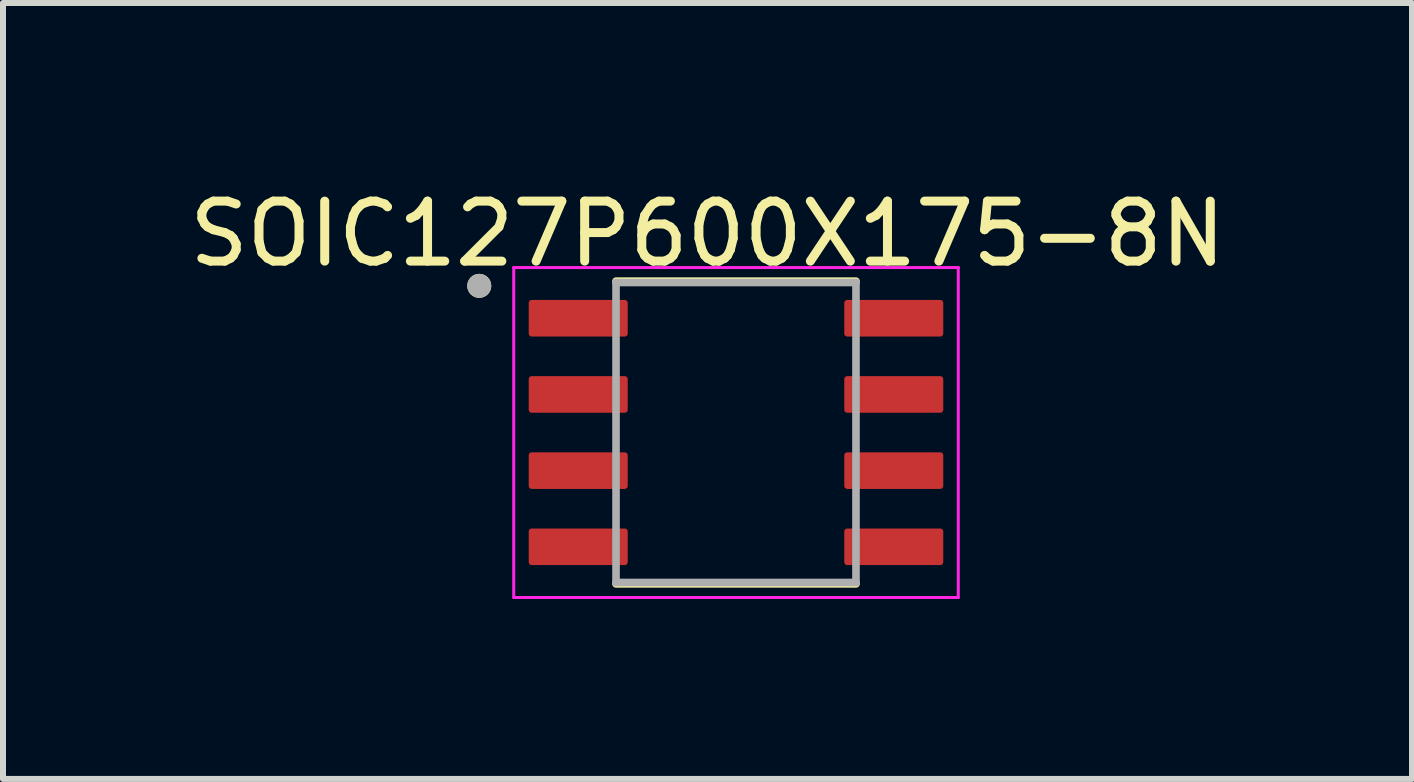
<source format=kicad_pcb>
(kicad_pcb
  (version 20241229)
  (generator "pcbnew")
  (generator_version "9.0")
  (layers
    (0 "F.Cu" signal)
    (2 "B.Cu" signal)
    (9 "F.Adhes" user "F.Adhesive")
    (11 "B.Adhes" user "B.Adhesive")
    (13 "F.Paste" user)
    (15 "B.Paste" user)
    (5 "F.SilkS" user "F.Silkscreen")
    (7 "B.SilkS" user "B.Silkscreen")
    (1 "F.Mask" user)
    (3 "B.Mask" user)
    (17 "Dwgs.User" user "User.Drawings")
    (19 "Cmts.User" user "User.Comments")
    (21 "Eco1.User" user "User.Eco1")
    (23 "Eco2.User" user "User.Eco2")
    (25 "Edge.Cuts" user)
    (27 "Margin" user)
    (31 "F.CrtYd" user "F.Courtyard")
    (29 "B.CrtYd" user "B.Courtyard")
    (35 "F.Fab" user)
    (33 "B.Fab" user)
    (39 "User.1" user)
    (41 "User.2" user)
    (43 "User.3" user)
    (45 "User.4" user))
  (footprint "SOIC127P600X175-8N"
    (layer "F.Cu")
    (at 9.219 4.16)
    (property "Reference" "SOIC127P600X175-8N" (at -0.475 -3.312 0) (layer "F.SilkS") (effects (font (size 1 1) (thickness 0.15))))
    (attr smd)
    (fp_line (start -2 -2.523) (end 2 -2.523) (stroke (width 0.127) (type solid)) (layer "F.SilkS"))
    (fp_line (start -2 2.523) (end 2 2.523) (stroke (width 0.127) (type solid)) (layer "F.SilkS"))
    (fp_circle (center -4.28 -2.445) (end -4.18 -2.445) (stroke (width 0.2) (type solid)) (fill no) (layer "F.SilkS"))
    (fp_line (start -3.705 -2.75) (end -3.705 2.75) (stroke (width 0.05) (type solid)) (layer "F.CrtYd"))
    (fp_line (start -3.705 -2.75) (end 3.705 -2.75) (stroke (width 0.05) (type solid)) (layer "F.CrtYd"))
    (fp_line (start -3.705 2.75) (end 3.705 2.75) (stroke (width 0.05) (type solid)) (layer "F.CrtYd"))
    (fp_line (start 3.705 -2.75) (end 3.705 2.75) (stroke (width 0.05) (type solid)) (layer "F.CrtYd"))
    (fp_line (start -2 -2.5) (end -2 2.5) (stroke (width 0.127) (type solid)) (layer "F.Fab"))
    (fp_line (start -2 -2.5) (end 2 -2.5) (stroke (width 0.127) (type solid)) (layer "F.Fab"))
    (fp_line (start -2 2.5) (end 2 2.5) (stroke (width 0.127) (type solid)) (layer "F.Fab"))
    (fp_line (start 2 -2.5) (end 2 2.5) (stroke (width 0.127) (type solid)) (layer "F.Fab"))
    (fp_circle (center -4.28 -2.445) (end -4.18 -2.445) (stroke (width 0.2) (type solid)) (fill no) (layer "F.Fab"))
    (pad "1" smd roundrect (at -2.63 -1.905) (size 1.65 0.61) (layers "F.Cu" "F.Mask" "F.Paste") (roundrect_rratio 0.08))
    (pad "2" smd roundrect (at -2.63 -0.635) (size 1.65 0.61) (layers "F.Cu" "F.Mask" "F.Paste") (roundrect_rratio 0.08))
    (pad "3" smd roundrect (at -2.63 0.635) (size 1.65 0.61) (layers "F.Cu" "F.Mask" "F.Paste") (roundrect_rratio 0.08))
    (pad "4" smd roundrect (at -2.63 1.905) (size 1.65 0.61) (layers "F.Cu" "F.Mask" "F.Paste") (roundrect_rratio 0.08))
    (pad "5" smd roundrect (at 2.63 1.905) (size 1.65 0.61) (layers "F.Cu" "F.Mask" "F.Paste") (roundrect_rratio 0.08))
    (pad "6" smd roundrect (at 2.63 0.635) (size 1.65 0.61) (layers "F.Cu" "F.Mask" "F.Paste") (roundrect_rratio 0.08))
    (pad "7" smd roundrect (at 2.63 -0.635) (size 1.65 0.61) (layers "F.Cu" "F.Mask" "F.Paste") (roundrect_rratio 0.08))
    (pad "8" smd roundrect (at 2.63 -1.905) (size 1.65 0.61) (layers "F.Cu" "F.Mask" "F.Paste") (roundrect_rratio 0.08)))
  (gr_rect
    (start -3 -3)
    (end 20.488 9.935)
    (stroke (width 0.1) (type default))
    (fill no)
    (layer "Edge.Cuts")))
</source>
